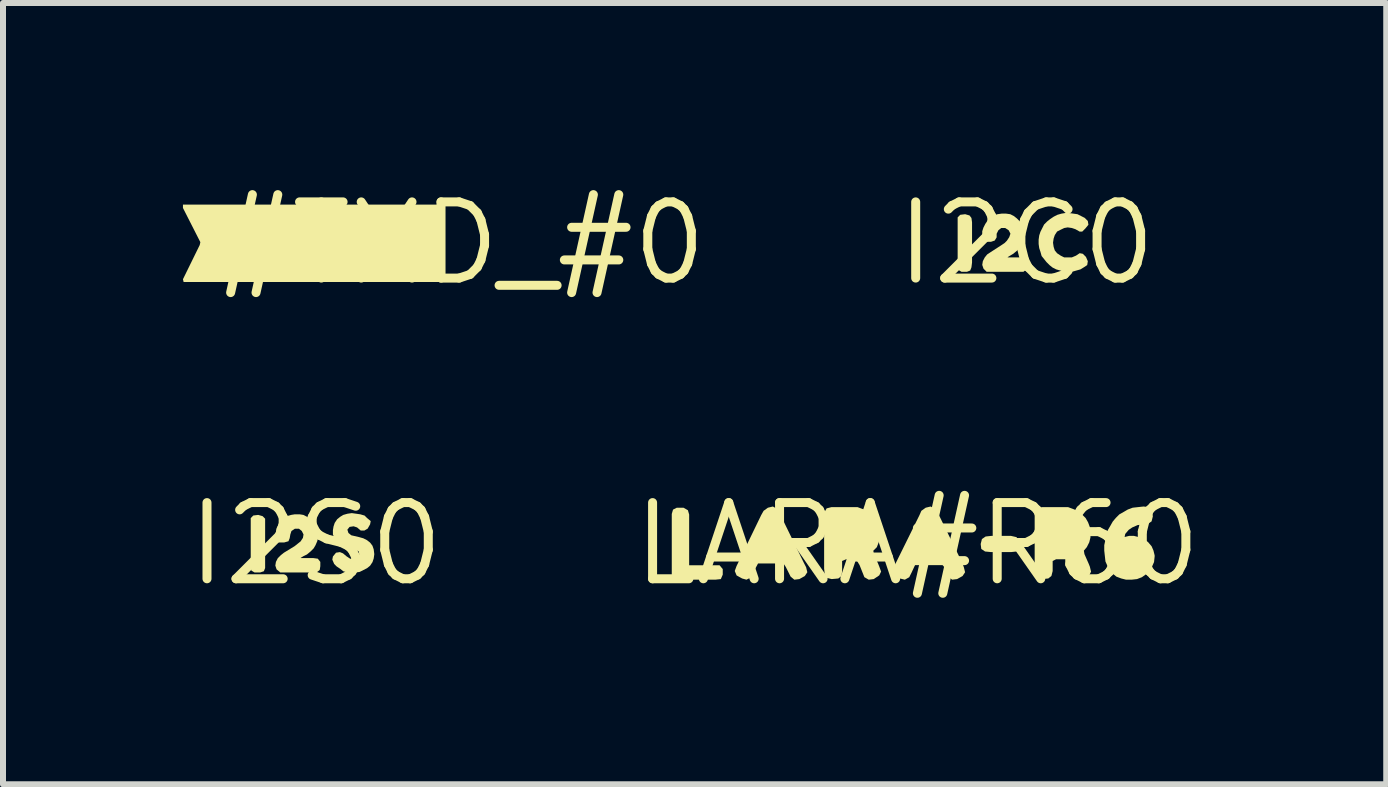
<source format=kicad_pcb>
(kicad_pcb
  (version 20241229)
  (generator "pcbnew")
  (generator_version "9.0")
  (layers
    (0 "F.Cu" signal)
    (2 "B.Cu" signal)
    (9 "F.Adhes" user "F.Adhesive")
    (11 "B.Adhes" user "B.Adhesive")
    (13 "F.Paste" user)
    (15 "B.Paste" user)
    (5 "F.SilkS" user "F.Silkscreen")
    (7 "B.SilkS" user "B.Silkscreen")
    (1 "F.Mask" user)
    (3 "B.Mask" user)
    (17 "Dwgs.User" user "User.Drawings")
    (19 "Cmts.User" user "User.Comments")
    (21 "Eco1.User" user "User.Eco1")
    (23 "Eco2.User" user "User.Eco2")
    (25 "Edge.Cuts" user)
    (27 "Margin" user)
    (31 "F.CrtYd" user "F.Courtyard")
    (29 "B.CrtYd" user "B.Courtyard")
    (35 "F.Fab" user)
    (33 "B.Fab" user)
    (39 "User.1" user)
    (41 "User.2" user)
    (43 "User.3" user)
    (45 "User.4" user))
  (footprint "#TXD_#0"
    (layer "F.Cu")
    (at 4.635 1.006)
    (property "Reference" "#TXD_#0" (at 0 0 0) (layer "F.SilkS") (effects (font (size 1.27 1.27) (thickness 0.15))))
    (fp_poly (pts (xy -0.326 -0.645) (xy -0.315 -0.58) (xy -0.315 0.623) (xy -0.369 0.645) (xy -4.624 0.645) (xy -4.635 0.599) (xy -4.355 0.028) (xy -4.345 -0.019) (xy -4.635 -0.589) (xy -4.635 -0.645)) (stroke (width 0) (type default)) (fill yes) (layer "F.SilkS"))
    (fp_poly (pts (xy -1.428 -0.214) (xy -1.376 -0.174) (xy -1.336 -0.123) (xy -1.315 -0.071) (xy -1.305 0.000059) (xy -1.315 0.061) (xy -1.336 0.122) (xy -1.376 0.174) (xy -1.427 0.214) (xy -1.448 0.235) (xy -1.644 0.235) (xy -1.655 0.18) (xy -1.655 -0.202) (xy -1.622 -0.235) (xy -1.489 -0.235)) (stroke (width 0) (type default)) (fill yes) (layer "F.SilkS")))
  (footprint "I2S0"
    (layer "F.Cu")
    (at 2.215 6.019)
    (property "Reference" "I2S0" (at 0 0 0) (layer "F.SilkS") (effects (font (size 1.27 1.27) (thickness 0.15))))
    (fp_poly (pts (xy -0.887 -0.464) (xy -0.845 -0.422) (xy -0.845 0.401) (xy -0.866 0.454) (xy -0.929 0.475) (xy -1.021 0.475) (xy -1.075 0.443) (xy -1.085 0.38) (xy -1.085 -0.432) (xy -1.042 -0.475) (xy -0.96 -0.485)) (stroke (width 0) (type default)) (fill yes) (layer "F.SilkS"))
    (fp_poly (pts (xy -0.208 -0.485) (xy -0.147 -0.454) (xy -0.087 -0.414) (xy -0.046 -0.363) (xy -0.006 -0.312) (xy 0.015 -0.251) (xy 0.035 -0.181) (xy 0.035 -0.11) (xy 0.025 -0.049) (xy -0.006 0.022) (xy -0.036 0.073) (xy -0.087 0.124) (xy -0.147 0.174) (xy -0.208 0.204) (xy -0.252 0.231) (xy -0.248 0.235) (xy -0.04 0.235) (xy 0.033 0.245) (xy 0.075 0.298) (xy 0.075 0.37) (xy 0.065 0.433) (xy 0.012 0.475) (xy -0.592 0.475) (xy -0.654 0.423) (xy -0.675 0.36) (xy -0.665 0.298) (xy -0.634 0.237) (xy -0.583 0.186) (xy -0.533 0.146) (xy -0.353 0.036) (xy -0.303 -0.004) (xy -0.254 -0.043) (xy -0.215 -0.102) (xy -0.205 -0.159) (xy -0.234 -0.217) (xy -0.282 -0.255) (xy -0.348 -0.255) (xy -0.406 -0.217) (xy -0.425 -0.159) (xy -0.435 -0.099) (xy -0.456 -0.046) (xy -0.529 -0.025) (xy -0.622 -0.025) (xy -0.665 -0.068) (xy -0.675 -0.13) (xy -0.665 -0.201) (xy -0.655 -0.262) (xy -0.624 -0.323) (xy -0.584 -0.383) (xy -0.533 -0.434) (xy -0.482 -0.465) (xy -0.411 -0.485) (xy -0.35 -0.495) (xy -0.27 -0.495)) (stroke (width 0) (type default)) (fill yes) (layer "F.SilkS"))
    (fp_poly (pts (xy 0.671 -0.505) (xy 0.741 -0.495) (xy 0.813 -0.474) (xy 0.853 -0.434) (xy 0.915 -0.382) (xy 0.905 -0.328) (xy 0.864 -0.256) (xy 0.811 -0.225) (xy 0.748 -0.225) (xy 0.688 -0.276) (xy 0.63 -0.295) (xy 0.563 -0.285) (xy 0.526 -0.239) (xy 0.544 -0.183) (xy 0.592 -0.145) (xy 0.721 -0.115) (xy 0.792 -0.095) (xy 0.853 -0.064) (xy 0.904 -0.024) (xy 0.944 0.028) (xy 0.965 0.089) (xy 0.975 0.17) (xy 0.965 0.241) (xy 0.945 0.302) (xy 0.904 0.363) (xy 0.853 0.404) (xy 0.732 0.465) (xy 0.67 0.475) (xy 0.529 0.475) (xy 0.458 0.455) (xy 0.407 0.414) (xy 0.347 0.374) (xy 0.306 0.333) (xy 0.275 0.261) (xy 0.285 0.208) (xy 0.337 0.145) (xy 0.401 0.135) (xy 0.453 0.156) (xy 0.513 0.206) (xy 0.572 0.245) (xy 0.639 0.255) (xy 0.706 0.226) (xy 0.725 0.179) (xy 0.715 0.123) (xy 0.658 0.095) (xy 0.589 0.085) (xy 0.528 0.065) (xy 0.458 0.035) (xy 0.397 0.004) (xy 0.346 -0.037) (xy 0.316 -0.088) (xy 0.285 -0.159) (xy 0.285 -0.23) (xy 0.295 -0.291) (xy 0.315 -0.352) (xy 0.356 -0.413) (xy 0.407 -0.454) (xy 0.458 -0.485) (xy 0.529 -0.505) (xy 0.6 -0.515)) (stroke (width 0) (type default)) (fill yes) (layer "F.SilkS")))
  (footprint "LARA#R60"
    (layer "F.Cu")
    (at 12.244 6.019)
    (property "Reference" "LARA#R60" (at 0 0 0) (layer "F.SilkS") (effects (font (size 1.27 1.27) (thickness 0.15))))
    (fp_poly (pts (xy 1.654 -0.114) (xy 1.685 -0.041) (xy 1.685 0.051) (xy 1.653 0.125) (xy 1.56 0.135) (xy 1.23 0.135) (xy 1.128 0.125) (xy 1.065 0.083) (xy 1.055 -0.000307) (xy 1.076 -0.083) (xy 1.138 -0.125) (xy 1.23 -0.135) (xy 1.561 -0.135)) (stroke (width 0) (type default)) (fill yes) (layer "F.SilkS"))
    (fp_poly (pts (xy -3.826 -0.563) (xy -3.805 -0.491) (xy -3.805 0.355) (xy -3.298 0.355) (xy -3.245 0.418) (xy -3.245 0.511) (xy -3.277 0.585) (xy -3.37 0.595) (xy -3.961 0.595) (xy -4.053 0.574) (xy -4.095 0.522) (xy -4.095 -0.501) (xy -4.074 -0.573) (xy -4.011 -0.605) (xy -3.899 -0.605)) (stroke (width 0) (type default)) (fill yes) (layer "F.SilkS"))
    (fp_poly (pts (xy -2.336 -0.584) (xy -2.306 -0.532) (xy -1.896 0.308) (xy -1.855 0.388) (xy -1.835 0.471) (xy -1.877 0.534) (xy -1.968 0.585) (xy -2.052 0.595) (xy -2.114 0.543) (xy -2.194 0.383) (xy -2.233 0.325) (xy -2.657 0.325) (xy -2.735 0.472) (xy -2.766 0.554) (xy -2.85 0.595) (xy -2.922 0.575) (xy -3.014 0.524) (xy -3.045 0.45) (xy -3.015 0.368) (xy -2.604 -0.482) (xy -2.564 -0.553) (xy -2.492 -0.605) (xy -2.409 -0.625)) (stroke (width 0) (type default)) (fill yes) (layer "F.SilkS"))
    (fp_poly (pts (xy 0.293 -0.584) (xy 0.334 -0.533) (xy 0.745 0.308) (xy 0.775 0.389) (xy 0.795 0.471) (xy 0.753 0.534) (xy 0.662 0.585) (xy 0.578 0.595) (xy 0.516 0.543) (xy 0.446 0.383) (xy 0.398 0.325) (xy -0.027 0.325) (xy -0.095 0.472) (xy -0.136 0.554) (xy -0.209 0.595) (xy -0.292 0.575) (xy -0.384 0.523) (xy -0.405 0.45) (xy -0.385 0.368) (xy 0.035 -0.482) (xy 0.066 -0.553) (xy 0.138 -0.605) (xy 0.221 -0.625)) (stroke (width 0) (type default)) (fill yes) (layer "F.SilkS"))
    (fp_poly (pts (xy 2.592 -0.585) (xy 2.663 -0.554) (xy 2.739 -0.497) (xy 2.74 -0.497) (xy 2.743 -0.494) (xy 2.747 -0.491) (xy 2.747 -0.49) (xy 2.804 -0.433) (xy 2.845 -0.362) (xy 2.875 -0.281) (xy 2.885 -0.2) (xy 2.885 -0.109) (xy 2.865 -0.028) (xy 2.824 0.053) (xy 2.775 0.111) (xy 2.785 0.169) (xy 2.855 0.328) (xy 2.875 0.378) (xy 2.895 0.461) (xy 2.864 0.523) (xy 2.772 0.585) (xy 2.689 0.595) (xy 2.626 0.553) (xy 2.536 0.352) (xy 2.477 0.255) (xy 2.311 0.255) (xy 2.255 0.283) (xy 2.255 0.451) (xy 2.234 0.533) (xy 2.182 0.575) (xy 2.08 0.585) (xy 1.987 0.564) (xy 1.955 0.501) (xy 1.955 -0.521) (xy 1.986 -0.594) (xy 2.079 -0.615) (xy 2.511 -0.615)) (stroke (width 0) (type default)) (fill yes) (layer "F.SilkS"))
    (fp_poly (pts (xy -0.918 -0.585) (xy -0.837 -0.554) (xy -0.77 -0.497) (xy -0.77 -0.497) (xy -0.767 -0.494) (xy -0.763 -0.49) (xy -0.763 -0.49) (xy -0.706 -0.433) (xy -0.656 -0.362) (xy -0.625 -0.281) (xy -0.615 -0.2) (xy -0.625 -0.109) (xy -0.645 -0.029) (xy -0.676 0.053) (xy -0.735 0.112) (xy -0.725 0.169) (xy -0.655 0.328) (xy -0.635 0.378) (xy -0.605 0.46) (xy -0.636 0.523) (xy -0.728 0.585) (xy -0.811 0.595) (xy -0.884 0.553) (xy -0.964 0.352) (xy -1.023 0.255) (xy -1.189 0.255) (xy -1.255 0.283) (xy -1.255 0.45) (xy -1.265 0.533) (xy -1.318 0.575) (xy -1.43 0.585) (xy -1.513 0.564) (xy -1.545 0.501) (xy -1.555 0.41) (xy -1.555 -0.521) (xy -1.513 -0.594) (xy -1.431 -0.615) (xy -0.999 -0.615)) (stroke (width 0) (type default)) (fill yes) (layer "F.SilkS"))
    (fp_poly (pts (xy 3.863 -0.615) (xy 3.915 -0.552) (xy 3.925 -0.46) (xy 3.904 -0.377) (xy 3.842 -0.335) (xy 3.751 -0.325) (xy 3.671 -0.315) (xy 3.582 -0.276) (xy 3.523 -0.236) (xy 3.465 -0.168) (xy 3.455 -0.12) (xy 3.456 -0.117) (xy 3.529 -0.135) (xy 3.611 -0.135) (xy 3.691 -0.115) (xy 3.772 -0.084) (xy 3.843 -0.034) (xy 3.904 0.037) (xy 3.935 0.108) (xy 3.955 0.189) (xy 3.955 0.21) (xy 3.945 0.301) (xy 3.914 0.372) (xy 3.874 0.443) (xy 3.813 0.504) (xy 3.742 0.554) (xy 3.661 0.585) (xy 3.57 0.595) (xy 3.479 0.595) (xy 3.399 0.575) (xy 3.317 0.544) (xy 3.256 0.494) (xy 3.206 0.433) (xy 3.166 0.362) (xy 3.135 0.291) (xy 3.125 0.201) (xy 3.115 0.11) (xy 3.115 0.019) (xy 3.135 -0.071) (xy 3.155 -0.151) (xy 3.175 -0.232) (xy 3.216 -0.302) (xy 3.256 -0.373) (xy 3.306 -0.433) (xy 3.367 -0.494) (xy 3.438 -0.534) (xy 3.508 -0.575) (xy 3.589 -0.605) (xy 3.679 -0.615) (xy 3.77 -0.625)) (stroke (width 0) (type default)) (fill yes) (layer "F.SilkS")))
  (footprint "I2C0"
    (layer "F.Cu")
    (at 14.06 1.006)
    (property "Reference" "I2C0" (at 0 0 0) (layer "F.SilkS") (effects (font (size 1.27 1.27) (thickness 0.15))))
    (fp_poly (pts (xy -0.947 -0.464) (xy -0.915 -0.422) (xy -0.905 -0.35) (xy -0.905 0.32) (xy -0.915 0.401) (xy -0.936 0.454) (xy -0.989 0.475) (xy -1.081 0.475) (xy -1.135 0.443) (xy -1.145 0.38) (xy -1.145 -0.432) (xy -1.102 -0.475) (xy -1.02 -0.485)) (stroke (width 0) (type default)) (fill yes) (layer "F.SilkS"))
    (fp_poly (pts (xy -0.268 -0.485) (xy -0.207 -0.454) (xy -0.157 -0.414) (xy -0.106 -0.363) (xy -0.066 -0.312) (xy -0.045 -0.251) (xy -0.035 -0.181) (xy -0.025 -0.11) (xy -0.045 -0.049) (xy -0.065 0.022) (xy -0.106 0.073) (xy -0.157 0.124) (xy -0.217 0.174) (xy -0.267 0.204) (xy -0.312 0.231) (xy -0.308 0.235) (xy -0.11 0.235) (xy -0.037 0.245) (xy 0.005 0.298) (xy 0.015 0.37) (xy 0.005 0.433) (xy -0.048 0.475) (xy -0.662 0.475) (xy -0.714 0.423) (xy -0.735 0.36) (xy -0.725 0.298) (xy -0.694 0.237) (xy -0.653 0.186) (xy -0.593 0.146) (xy -0.423 0.036) (xy -0.363 -0.004) (xy -0.324 -0.043) (xy -0.285 -0.102) (xy -0.265 -0.16) (xy -0.294 -0.217) (xy -0.352 -0.255) (xy -0.418 -0.255) (xy -0.466 -0.217) (xy -0.495 -0.159) (xy -0.495 -0.099) (xy -0.527 -0.046) (xy -0.589 -0.025) (xy -0.682 -0.025) (xy -0.725 -0.068) (xy -0.735 -0.13) (xy -0.735 -0.201) (xy -0.715 -0.262) (xy -0.684 -0.323) (xy -0.644 -0.383) (xy -0.593 -0.434) (xy -0.542 -0.465) (xy -0.481 -0.485) (xy -0.41 -0.495) (xy -0.34 -0.495)) (stroke (width 0) (type default)) (fill yes) (layer "F.SilkS"))
    (fp_poly (pts (xy 0.781 -0.495) (xy 0.852 -0.485) (xy 0.973 -0.424) (xy 1.025 -0.372) (xy 1.035 -0.309) (xy 0.984 -0.247) (xy 0.932 -0.195) (xy 0.889 -0.195) (xy 0.818 -0.235) (xy 0.759 -0.255) (xy 0.69 -0.265) (xy 0.632 -0.255) (xy 0.572 -0.226) (xy 0.513 -0.196) (xy 0.475 -0.138) (xy 0.455 -0.079) (xy 0.445 -0.01) (xy 0.455 0.059) (xy 0.474 0.118) (xy 0.513 0.166) (xy 0.573 0.206) (xy 0.631 0.235) (xy 0.759 0.235) (xy 0.828 0.206) (xy 0.889 0.165) (xy 0.942 0.175) (xy 0.994 0.227) (xy 1.025 0.299) (xy 1.015 0.363) (xy 0.953 0.404) (xy 0.902 0.435) (xy 0.831 0.455) (xy 0.761 0.475) (xy 0.629 0.475) (xy 0.569 0.455) (xy 0.498 0.435) (xy 0.437 0.404) (xy 0.387 0.364) (xy 0.336 0.313) (xy 0.296 0.263) (xy 0.255 0.212) (xy 0.235 0.141) (xy 0.215 0.081) (xy 0.205 0.01) (xy 0.205 -0.06) (xy 0.215 -0.131) (xy 0.235 -0.192) (xy 0.296 -0.313) (xy 0.347 -0.364) (xy 0.397 -0.404) (xy 0.457 -0.444) (xy 0.518 -0.475) (xy 0.589 -0.495) (xy 0.65 -0.505) (xy 0.71 -0.505)) (stroke (width 0) (type default)) (fill yes) (layer "F.SilkS")))
  (gr_rect
    (start -3 -3)
    (end 20.06 10.025)
    (stroke (width 0.1) (type default))
    (fill no)
    (layer "Edge.Cuts")))
</source>
